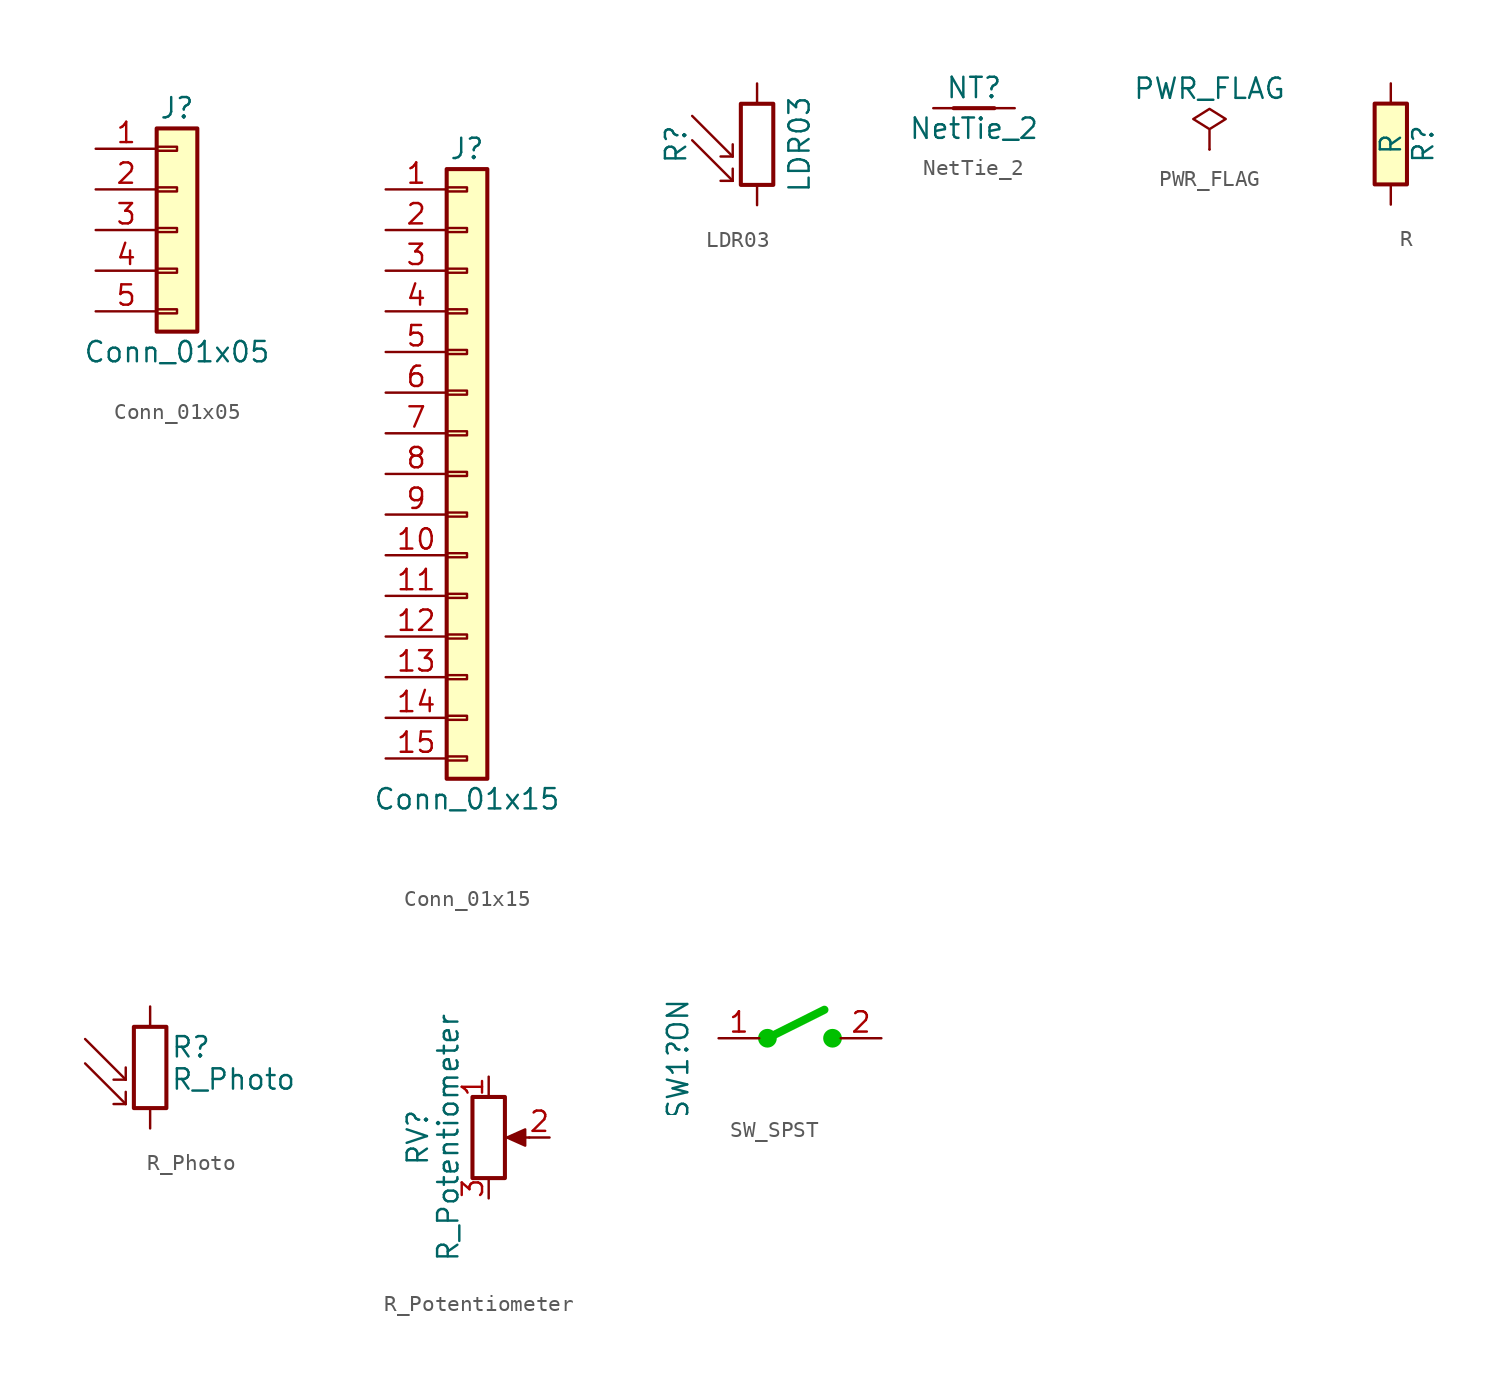
<source format=kicad_sym>
(kicad_symbol_lib
  (version 20241209)
  (generator "kicad_symbol_editor")
  (generator_version "9.0")
  (symbol "Conn_01x05"
    (pin_names
      (offset 1.016)
      (hide yes))
    (property "Reference" "J"
      (at 0 7.62 0)
      (effects (font (size 1.27 1.27))))
    (property "Value" "Conn_01x05"
      (at 0 -7.62 0)
      (effects (font (size 1.27 1.27))))
    (symbol "Conn_01x05_1_1"
      (rectangle (start -1.27 6.35) (end 1.27 -6.35) (stroke (width 0.254) (type default)) (fill (type background)))
      (rectangle (start -1.27 5.207) (end 0 4.953) (stroke (width 0.152) (type default)) (fill (type none)))
      (rectangle (start -1.27 2.667) (end 0 2.413) (stroke (width 0.152) (type default)) (fill (type none)))
      (rectangle (start -1.27 0.127) (end 0 -0.127) (stroke (width 0.152) (type default)) (fill (type none)))
      (rectangle (start -1.27 -2.413) (end 0 -2.667) (stroke (width 0.152) (type default)) (fill (type none)))
      (rectangle (start -1.27 -4.953) (end 0 -5.207) (stroke (width 0.152) (type default)) (fill (type none)))
      (pin passive line (at -5.08 5.08 0) (length 3.81) (name "Pin_1" (effects (font (size 1.27 1.27)))) (number "1" (effects (font (size 1.27 1.27)))))
      (pin passive line (at -5.08 2.54 0) (length 3.81) (name "Pin_2" (effects (font (size 1.27 1.27)))) (number "2" (effects (font (size 1.27 1.27)))))
      (pin passive line (at -5.08 0 0) (length 3.81) (name "Pin_3" (effects (font (size 1.27 1.27)))) (number "3" (effects (font (size 1.27 1.27)))))
      (pin passive line (at -5.08 -2.54 0) (length 3.81) (name "Pin_4" (effects (font (size 1.27 1.27)))) (number "4" (effects (font (size 1.27 1.27)))))
      (pin passive line (at -5.08 -5.08 0) (length 3.81) (name "Pin_5" (effects (font (size 1.27 1.27)))) (number "5" (effects (font (size 1.27 1.27)))))))
  (symbol "Conn_01x15"
    (pin_names
      (offset 1.016)
      (hide yes))
    (property "Reference" "J"
      (at 0 20.32 0)
      (effects (font (size 1.27 1.27))))
    (property "Value" "Conn_01x15"
      (at 0 -20.32 0)
      (effects (font (size 1.27 1.27))))
    (symbol "Conn_01x15_1_1"
      (rectangle (start -1.27 19.05) (end 1.27 -19.05) (stroke (width 0.254) (type default)) (fill (type background)))
      (rectangle (start -1.27 17.907) (end 0 17.653) (stroke (width 0.152) (type default)) (fill (type none)))
      (rectangle (start -1.27 15.367) (end 0 15.113) (stroke (width 0.152) (type default)) (fill (type none)))
      (rectangle (start -1.27 12.827) (end 0 12.573) (stroke (width 0.152) (type default)) (fill (type none)))
      (rectangle (start -1.27 10.287) (end 0 10.033) (stroke (width 0.152) (type default)) (fill (type none)))
      (rectangle (start -1.27 7.747) (end 0 7.493) (stroke (width 0.152) (type default)) (fill (type none)))
      (rectangle (start -1.27 5.207) (end 0 4.953) (stroke (width 0.152) (type default)) (fill (type none)))
      (rectangle (start -1.27 2.667) (end 0 2.413) (stroke (width 0.152) (type default)) (fill (type none)))
      (rectangle (start -1.27 0.127) (end 0 -0.127) (stroke (width 0.152) (type default)) (fill (type none)))
      (rectangle (start -1.27 -2.413) (end 0 -2.667) (stroke (width 0.152) (type default)) (fill (type none)))
      (rectangle (start -1.27 -4.953) (end 0 -5.207) (stroke (width 0.152) (type default)) (fill (type none)))
      (rectangle (start -1.27 -7.493) (end 0 -7.747) (stroke (width 0.152) (type default)) (fill (type none)))
      (rectangle (start -1.27 -10.033) (end 0 -10.287) (stroke (width 0.152) (type default)) (fill (type none)))
      (rectangle (start -1.27 -12.573) (end 0 -12.827) (stroke (width 0.152) (type default)) (fill (type none)))
      (rectangle (start -1.27 -15.113) (end 0 -15.367) (stroke (width 0.152) (type default)) (fill (type none)))
      (rectangle (start -1.27 -17.653) (end 0 -17.907) (stroke (width 0.152) (type default)) (fill (type none)))
      (pin passive line (at -5.08 17.78 0) (length 3.81) (name "Pin_1" (effects (font (size 1.27 1.27)))) (number "1" (effects (font (size 1.27 1.27)))))
      (pin passive line (at -5.08 15.24 0) (length 3.81) (name "Pin_2" (effects (font (size 1.27 1.27)))) (number "2" (effects (font (size 1.27 1.27)))))
      (pin passive line (at -5.08 12.7 0) (length 3.81) (name "Pin_3" (effects (font (size 1.27 1.27)))) (number "3" (effects (font (size 1.27 1.27)))))
      (pin passive line (at -5.08 10.16 0) (length 3.81) (name "Pin_4" (effects (font (size 1.27 1.27)))) (number "4" (effects (font (size 1.27 1.27)))))
      (pin passive line (at -5.08 7.62 0) (length 3.81) (name "Pin_5" (effects (font (size 1.27 1.27)))) (number "5" (effects (font (size 1.27 1.27)))))
      (pin passive line (at -5.08 5.08 0) (length 3.81) (name "Pin_6" (effects (font (size 1.27 1.27)))) (number "6" (effects (font (size 1.27 1.27)))))
      (pin passive line (at -5.08 2.54 0) (length 3.81) (name "Pin_7" (effects (font (size 1.27 1.27)))) (number "7" (effects (font (size 1.27 1.27)))))
      (pin passive line (at -5.08 0 0) (length 3.81) (name "Pin_8" (effects (font (size 1.27 1.27)))) (number "8" (effects (font (size 1.27 1.27)))))
      (pin passive line (at -5.08 -2.54 0) (length 3.81) (name "Pin_9" (effects (font (size 1.27 1.27)))) (number "9" (effects (font (size 1.27 1.27)))))
      (pin passive line (at -5.08 -5.08 0) (length 3.81) (name "Pin_10" (effects (font (size 1.27 1.27)))) (number "10" (effects (font (size 1.27 1.27)))))
      (pin passive line (at -5.08 -7.62 0) (length 3.81) (name "Pin_11" (effects (font (size 1.27 1.27)))) (number "11" (effects (font (size 1.27 1.27)))))
      (pin passive line (at -5.08 -10.16 0) (length 3.81) (name "Pin_12" (effects (font (size 1.27 1.27)))) (number "12" (effects (font (size 1.27 1.27)))))
      (pin passive line (at -5.08 -12.7 0) (length 3.81) (name "Pin_13" (effects (font (size 1.27 1.27)))) (number "13" (effects (font (size 1.27 1.27)))))
      (pin passive line (at -5.08 -15.24 0) (length 3.81) (name "Pin_14" (effects (font (size 1.27 1.27)))) (number "14" (effects (font (size 1.27 1.27)))))
      (pin passive line (at -5.08 -17.78 0) (length 3.81) (name "Pin_15" (effects (font (size 1.27 1.27)))) (number "15" (effects (font (size 1.27 1.27)))))))
  (symbol "LDR03"
    (pin_numbers
      (hide yes))
    (pin_names
      (offset 0))
    (property "Reference" "R"
      (at -5.08 0 90)
      (effects (font (size 1.27 1.27))))
    (property "Value" "LDR03"
      (at 1.905 0 90)
      (effects (font (size 1.27 1.27)) (justify top)))
    (symbol "LDR03_0_1"
      (polyline (pts (xy -1.524 -0.762) (xy -4.064 1.778)) (stroke (width 0) (type default)) (fill (type none)))
      (polyline (pts (xy -1.524 -0.762) (xy -2.286 -0.762)) (stroke (width 0) (type default)) (fill (type none)))
      (polyline (pts (xy -1.524 -0.762) (xy -1.524 0)) (stroke (width 0) (type default)) (fill (type none)))
      (polyline (pts (xy -1.524 -2.286) (xy -4.064 0.254)) (stroke (width 0) (type default)) (fill (type none)))
      (polyline (pts (xy -1.524 -2.286) (xy -2.286 -2.286)) (stroke (width 0) (type default)) (fill (type none)))
      (polyline (pts (xy -1.524 -2.286) (xy -1.524 -1.524)) (stroke (width 0) (type default)) (fill (type none)))
      (rectangle (start -1.016 2.54) (end 1.016 -2.54) (stroke (width 0.254) (type default)) (fill (type none))))
    (symbol "LDR03_1_1"
      (pin passive line (at 0 3.81 270) (length 1.27) (name "~" (effects (font (size 1.27 1.27)))) (number "1" (effects (font (size 1.27 1.27)))))
      (pin passive line (at 0 -3.81 90) (length 1.27) (name "~" (effects (font (size 1.27 1.27)))) (number "2" (effects (font (size 1.27 1.27)))))))
  (symbol "NetTie_2"
    (pin_numbers
      (hide yes))
    (pin_names
      (offset 0)
      (hide yes))
    (property "Reference" "NT"
      (at 0 1.27 0)
      (effects (font (size 1.27 1.27))))
    (property "Value" "NetTie_2"
      (at 0 -1.27 0)
      (effects (font (size 1.27 1.27))))
    (symbol "NetTie_2_0_1"
      (polyline (pts (xy -1.27 0) (xy 1.27 0)) (stroke (width 0.254) (type default)) (fill (type none))))
    (symbol "NetTie_2_1_1"
      (pin passive line (at -2.54 0 0) (length 2.54) (name "1" (effects (font (size 1.27 1.27)))) (number "1" (effects (font (size 1.27 1.27)))))
      (pin passive line (at 2.54 0 180) (length 2.54) (name "2" (effects (font (size 1.27 1.27)))) (number "2" (effects (font (size 1.27 1.27)))))))
  (symbol "PWR_FLAG"
    (power)
    (pin_numbers
      (hide yes))
    (pin_names
      (offset 0)
      (hide yes))
    (property "Reference" "#FLG"
      (at 0 1.905 0)
      (effects (font (size 1.27 1.27)) (hide yes)))
    (property "Value" "PWR_FLAG"
      (at 0 3.81 0)
      (effects (font (size 1.27 1.27))))
    (symbol "PWR_FLAG_0_0"
      (pin power_out line (at 0 0 90) (length 0) (name "~" (effects (font (size 1.27 1.27)))) (number "1" (effects (font (size 1.27 1.27))))))
    (symbol "PWR_FLAG_0_1"
      (polyline (pts (xy 0 0) (xy 0 1.27) (xy -1.016 1.905) (xy 0 2.54) (xy 1.016 1.905) (xy 0 1.27)) (stroke (width 0) (type default)) (fill (type none)))))
  (symbol "R"
    (pin_numbers
      (hide yes))
    (pin_names
      (offset 0))
    (property "Reference" "R"
      (at 2.032 0 90)
      (effects (font (size 1.27 1.27))))
    (property "Value" "R"
      (at 0 0 90)
      (effects (font (size 1.27 1.27))))
    (symbol "R_1_1"
      (rectangle (start -1.016 2.54) (end 1.016 -2.54) (stroke (width 0.254) (type default)) (fill (type background)))
      (pin passive line (at 0 3.81 270) (length 1.27) (name "~" (effects (font (size 1.27 1.27)))) (number "1" (effects (font (size 1.27 1.27)))))
      (pin passive line (at 0 -3.81 90) (length 1.27) (name "~" (effects (font (size 1.27 1.27)))) (number "2" (effects (font (size 1.27 1.27)))))))
  (symbol "R_Photo"
    (pin_numbers
      (hide yes))
    (pin_names
      (offset 0))
    (property "Reference" "R"
      (at 1.27 1.27 0)
      (effects (font (size 1.27 1.27)) (justify left)))
    (property "Value" "R_Photo"
      (at 1.27 0 0)
      (effects (font (size 1.27 1.27)) (justify left top)))
    (symbol "R_Photo_0_1"
      (polyline (pts (xy -1.524 -0.762) (xy -4.064 1.778)) (stroke (width 0) (type default)) (fill (type none)))
      (polyline (pts (xy -1.524 -0.762) (xy -2.286 -0.762)) (stroke (width 0) (type default)) (fill (type none)))
      (polyline (pts (xy -1.524 -0.762) (xy -1.524 0)) (stroke (width 0) (type default)) (fill (type none)))
      (polyline (pts (xy -1.524 -2.286) (xy -4.064 0.254)) (stroke (width 0) (type default)) (fill (type none)))
      (polyline (pts (xy -1.524 -2.286) (xy -2.286 -2.286)) (stroke (width 0) (type default)) (fill (type none)))
      (polyline (pts (xy -1.524 -2.286) (xy -1.524 -1.524)) (stroke (width 0) (type default)) (fill (type none)))
      (rectangle (start -1.016 2.54) (end 1.016 -2.54) (stroke (width 0.254) (type default)) (fill (type none))))
    (symbol "R_Photo_1_1"
      (pin passive line (at 0 3.81 270) (length 1.27) (name "~" (effects (font (size 1.27 1.27)))) (number "1" (effects (font (size 1.27 1.27)))))
      (pin passive line (at 0 -3.81 90) (length 1.27) (name "~" (effects (font (size 1.27 1.27)))) (number "2" (effects (font (size 1.27 1.27)))))))
  (symbol "R_Potentiometer"
    (pin_names
      (offset 1.016)
      (hide yes))
    (property "Reference" "RV"
      (at -4.445 0 90)
      (effects (font (size 1.27 1.27))))
    (property "Value" "R_Potentiometer"
      (at -2.54 0 90)
      (effects (font (size 1.27 1.27))))
    (symbol "R_Potentiometer_0_1"
      (rectangle (start 1.016 2.54) (end -1.016 -2.54) (stroke (width 0.254) (type default)) (fill (type none)))
      (polyline (pts (xy 1.143 0) (xy 2.286 0.508) (xy 2.286 -0.508) (xy 1.143 0)) (stroke (width 0) (type default)) (fill (type outline)))
      (polyline (pts (xy 2.54 0) (xy 1.524 0)) (stroke (width 0) (type default)) (fill (type none))))
    (symbol "R_Potentiometer_1_1"
      (pin passive line (at 0 3.81 270) (length 1.27) (name "1" (effects (font (size 1.27 1.27)))) (number "1" (effects (font (size 1.27 1.27)))))
      (pin passive line (at 0 -3.81 90) (length 1.27) (name "3" (effects (font (size 1.27 1.27)))) (number "3" (effects (font (size 1.27 1.27)))))
      (pin passive line (at 3.81 0 180) (length 1.27) (name "2" (effects (font (size 1.27 1.27)))) (number "2" (effects (font (size 1.27 1.27)))))))
  (symbol "SW_SPST"
    (pin_names
      (offset 0)
      (hide yes))
    (property "Reference" "SW1"
      (at -7.62 0 90)
      (effects (font (size 1.27 1.27)) (justify right)))
    (property "Value" "ON"
      (at -7.62 2.54 90)
      (effects (font (size 1.27 1.27)) (justify right)))
    (symbol "SW_SPST_1_0"
      (circle (center -2.032 0) (radius 0.508) (stroke (width 0) (type default) (color 0 192 0 1)) (fill (type outline)))
      (polyline (pts (xy -1.524 0.254) (xy 1.524 1.778)) (stroke (width 0.508) (type default) (color 0 192 0 1)) (fill (type none)))
      (circle (center 2.032 0) (radius 0.508) (stroke (width 0) (type default) (color 0 192 0 1)) (fill (type outline))))
    (symbol "SW_SPST_1_1"
      (pin passive line (at -5.08 0 0) (length 2.54) (name "A" (effects (font (size 1.27 1.27)))) (number "1" (effects (font (size 1.27 1.27)))))
      (pin no_connect line (at 3.81 2.54 180) (length 2.54) (hide yes) (name "C" (effects (font (size 1.27 1.27)))) (number "3" (effects (font (size 1.27 1.27)))))
      (pin passive line (at 5.08 0 180) (length 2.54) (name "B" (effects (font (size 1.27 1.27)))) (number "2" (effects (font (size 1.27 1.27))))))))
</source>
